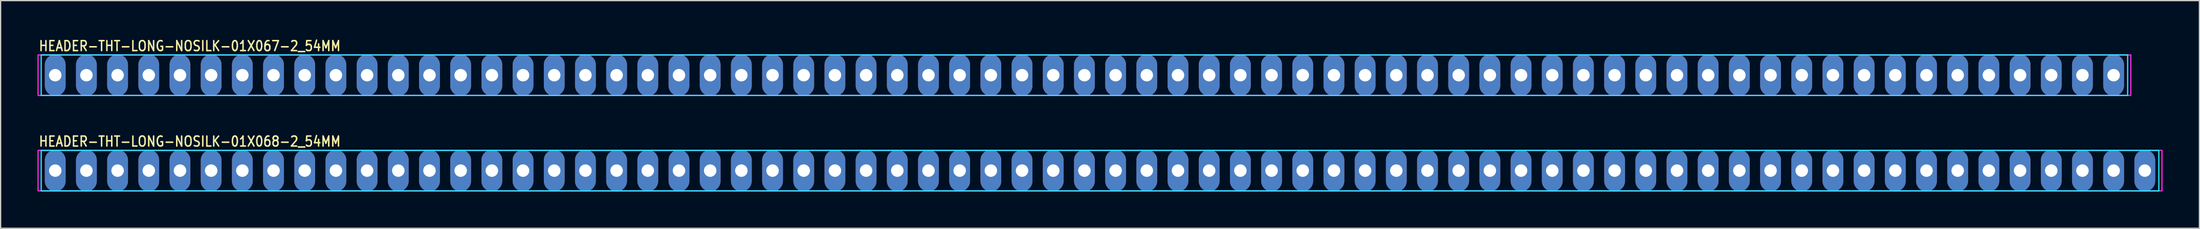
<source format=kicad_pcb>
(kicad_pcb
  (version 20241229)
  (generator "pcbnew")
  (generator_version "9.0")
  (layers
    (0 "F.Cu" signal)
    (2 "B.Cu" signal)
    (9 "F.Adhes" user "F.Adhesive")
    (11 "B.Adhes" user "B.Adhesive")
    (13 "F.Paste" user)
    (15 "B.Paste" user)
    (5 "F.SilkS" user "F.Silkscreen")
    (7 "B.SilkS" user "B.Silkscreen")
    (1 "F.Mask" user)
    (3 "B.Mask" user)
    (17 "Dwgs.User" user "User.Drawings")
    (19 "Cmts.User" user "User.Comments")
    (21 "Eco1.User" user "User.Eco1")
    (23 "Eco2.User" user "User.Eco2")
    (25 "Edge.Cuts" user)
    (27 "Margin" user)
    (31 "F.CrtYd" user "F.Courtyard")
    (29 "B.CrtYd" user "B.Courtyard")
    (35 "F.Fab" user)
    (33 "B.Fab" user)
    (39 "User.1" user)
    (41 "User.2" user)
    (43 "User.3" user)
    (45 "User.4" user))
  (footprint "HEADER-THT-LONG-NOSILK-01X068-2_54MM"
    (layer "F.Cu")
    (at 1.447 10.858)
    (property "Reference" "HEADER-THT-LONG-NOSILK-01X068-2_54MM" (at -1.4 -1.9 0) (unlocked yes) (layer "F.SilkS") (effects (font (size 0.813 0.695) (thickness 0.122)) (justify left bottom)))
    (fp_poly (pts (xy -1.143 -1.651) (xy 171.323 -1.651) (xy 171.323 1.651) (xy -1.143 1.651)) (stroke (width 0.1) (type solid)) (fill no) (layer "B.CrtYd"))
    (fp_poly (pts (xy -1.397 -1.651) (xy 171.577 -1.651) (xy 171.577 1.651) (xy -1.397 1.651)) (stroke (width 0.1) (type solid)) (fill no) (layer "F.CrtYd"))
    (pad "P$1" thru_hole oval (at 0 0 90) (size 3.387 1.693) (drill 1.016) (layers "*.Cu" "*.Mask"))
    (pad "P$2" thru_hole oval (at 2.54 0 90) (size 3.387 1.693) (drill 1.016) (layers "*.Cu" "*.Mask"))
    (pad "P$3" thru_hole oval (at 5.08 0 90) (size 3.387 1.693) (drill 1.016) (layers "*.Cu" "*.Mask"))
    (pad "P$4" thru_hole oval (at 7.62 0 90) (size 3.387 1.693) (drill 1.016) (layers "*.Cu" "*.Mask"))
    (pad "P$5" thru_hole oval (at 10.16 0 90) (size 3.387 1.693) (drill 1.016) (layers "*.Cu" "*.Mask"))
    (pad "P$6" thru_hole oval (at 12.7 0 90) (size 3.387 1.693) (drill 1.016) (layers "*.Cu" "*.Mask"))
    (pad "P$7" thru_hole oval (at 15.24 0 90) (size 3.387 1.693) (drill 1.016) (layers "*.Cu" "*.Mask"))
    (pad "P$8" thru_hole oval (at 17.78 0 90) (size 3.387 1.693) (drill 1.016) (layers "*.Cu" "*.Mask"))
    (pad "P$9" thru_hole oval (at 20.32 0 90) (size 3.387 1.693) (drill 1.016) (layers "*.Cu" "*.Mask"))
    (pad "P$10" thru_hole oval (at 22.86 0 90) (size 3.387 1.693) (drill 1.016) (layers "*.Cu" "*.Mask"))
    (pad "P$11" thru_hole oval (at 25.4 0 90) (size 3.387 1.693) (drill 1.016) (layers "*.Cu" "*.Mask"))
    (pad "P$12" thru_hole oval (at 27.94 0 90) (size 3.387 1.693) (drill 1.016) (layers "*.Cu" "*.Mask"))
    (pad "P$13" thru_hole oval (at 30.48 0 90) (size 3.387 1.693) (drill 1.016) (layers "*.Cu" "*.Mask"))
    (pad "P$14" thru_hole oval (at 33.02 0 90) (size 3.387 1.693) (drill 1.016) (layers "*.Cu" "*.Mask"))
    (pad "P$15" thru_hole oval (at 35.56 0 90) (size 3.387 1.693) (drill 1.016) (layers "*.Cu" "*.Mask"))
    (pad "P$16" thru_hole oval (at 38.1 0 90) (size 3.387 1.693) (drill 1.016) (layers "*.Cu" "*.Mask"))
    (pad "P$17" thru_hole oval (at 40.64 0 90) (size 3.387 1.693) (drill 1.016) (layers "*.Cu" "*.Mask"))
    (pad "P$18" thru_hole oval (at 43.18 0 90) (size 3.387 1.693) (drill 1.016) (layers "*.Cu" "*.Mask"))
    (pad "P$19" thru_hole oval (at 45.72 0 90) (size 3.387 1.693) (drill 1.016) (layers "*.Cu" "*.Mask"))
    (pad "P$20" thru_hole oval (at 48.26 0 90) (size 3.387 1.693) (drill 1.016) (layers "*.Cu" "*.Mask"))
    (pad "P$21" thru_hole oval (at 50.8 0 90) (size 3.387 1.693) (drill 1.016) (layers "*.Cu" "*.Mask"))
    (pad "P$22" thru_hole oval (at 53.34 0 90) (size 3.387 1.693) (drill 1.016) (layers "*.Cu" "*.Mask"))
    (pad "P$23" thru_hole oval (at 55.88 0 90) (size 3.387 1.693) (drill 1.016) (layers "*.Cu" "*.Mask"))
    (pad "P$24" thru_hole oval (at 58.42 0 90) (size 3.387 1.693) (drill 1.016) (layers "*.Cu" "*.Mask"))
    (pad "P$25" thru_hole oval (at 60.96 0 90) (size 3.387 1.693) (drill 1.016) (layers "*.Cu" "*.Mask"))
    (pad "P$26" thru_hole oval (at 63.5 0 90) (size 3.387 1.693) (drill 1.016) (layers "*.Cu" "*.Mask"))
    (pad "P$27" thru_hole oval (at 66.04 0 90) (size 3.387 1.693) (drill 1.016) (layers "*.Cu" "*.Mask"))
    (pad "P$28" thru_hole oval (at 68.58 0 90) (size 3.387 1.693) (drill 1.016) (layers "*.Cu" "*.Mask"))
    (pad "P$29" thru_hole oval (at 71.12 0 90) (size 3.387 1.693) (drill 1.016) (layers "*.Cu" "*.Mask"))
    (pad "P$30" thru_hole oval (at 73.66 0 90) (size 3.387 1.693) (drill 1.016) (layers "*.Cu" "*.Mask"))
    (pad "P$31" thru_hole oval (at 76.2 0 90) (size 3.387 1.693) (drill 1.016) (layers "*.Cu" "*.Mask"))
    (pad "P$32" thru_hole oval (at 78.74 0 90) (size 3.387 1.693) (drill 1.016) (layers "*.Cu" "*.Mask"))
    (pad "P$33" thru_hole oval (at 81.28 0 90) (size 3.387 1.693) (drill 1.016) (layers "*.Cu" "*.Mask"))
    (pad "P$34" thru_hole oval (at 83.82 0 90) (size 3.387 1.693) (drill 1.016) (layers "*.Cu" "*.Mask"))
    (pad "P$35" thru_hole oval (at 86.36 0 90) (size 3.387 1.693) (drill 1.016) (layers "*.Cu" "*.Mask"))
    (pad "P$36" thru_hole oval (at 88.9 0 90) (size 3.387 1.693) (drill 1.016) (layers "*.Cu" "*.Mask"))
    (pad "P$37" thru_hole oval (at 91.44 0 90) (size 3.387 1.693) (drill 1.016) (layers "*.Cu" "*.Mask"))
    (pad "P$38" thru_hole oval (at 93.98 0 90) (size 3.387 1.693) (drill 1.016) (layers "*.Cu" "*.Mask"))
    (pad "P$39" thru_hole oval (at 96.52 0 90) (size 3.387 1.693) (drill 1.016) (layers "*.Cu" "*.Mask"))
    (pad "P$40" thru_hole oval (at 99.06 0 90) (size 3.387 1.693) (drill 1.016) (layers "*.Cu" "*.Mask"))
    (pad "P$41" thru_hole oval (at 101.6 0 90) (size 3.387 1.693) (drill 1.016) (layers "*.Cu" "*.Mask"))
    (pad "P$42" thru_hole oval (at 104.14 0 90) (size 3.387 1.693) (drill 1.016) (layers "*.Cu" "*.Mask"))
    (pad "P$43" thru_hole oval (at 106.68 0 90) (size 3.387 1.693) (drill 1.016) (layers "*.Cu" "*.Mask"))
    (pad "P$44" thru_hole oval (at 109.22 0 90) (size 3.387 1.693) (drill 1.016) (layers "*.Cu" "*.Mask"))
    (pad "P$45" thru_hole oval (at 111.76 0 90) (size 3.387 1.693) (drill 1.016) (layers "*.Cu" "*.Mask"))
    (pad "P$46" thru_hole oval (at 114.3 0 90) (size 3.387 1.693) (drill 1.016) (layers "*.Cu" "*.Mask"))
    (pad "P$47" thru_hole oval (at 116.84 0 90) (size 3.387 1.693) (drill 1.016) (layers "*.Cu" "*.Mask"))
    (pad "P$48" thru_hole oval (at 119.38 0 90) (size 3.387 1.693) (drill 1.016) (layers "*.Cu" "*.Mask"))
    (pad "P$49" thru_hole oval (at 121.92 0 90) (size 3.387 1.693) (drill 1.016) (layers "*.Cu" "*.Mask"))
    (pad "P$50" thru_hole oval (at 124.46 0 90) (size 3.387 1.693) (drill 1.016) (layers "*.Cu" "*.Mask"))
    (pad "P$51" thru_hole oval (at 127 0 90) (size 3.387 1.693) (drill 1.016) (layers "*.Cu" "*.Mask"))
    (pad "P$52" thru_hole oval (at 129.54 0 90) (size 3.387 1.693) (drill 1.016) (layers "*.Cu" "*.Mask"))
    (pad "P$53" thru_hole oval (at 132.08 0 90) (size 3.387 1.693) (drill 1.016) (layers "*.Cu" "*.Mask"))
    (pad "P$54" thru_hole oval (at 134.62 0 90) (size 3.387 1.693) (drill 1.016) (layers "*.Cu" "*.Mask"))
    (pad "P$55" thru_hole oval (at 137.16 0 90) (size 3.387 1.693) (drill 1.016) (layers "*.Cu" "*.Mask"))
    (pad "P$56" thru_hole oval (at 139.7 0 90) (size 3.387 1.693) (drill 1.016) (layers "*.Cu" "*.Mask"))
    (pad "P$57" thru_hole oval (at 142.24 0 90) (size 3.387 1.693) (drill 1.016) (layers "*.Cu" "*.Mask"))
    (pad "P$58" thru_hole oval (at 144.78 0 90) (size 3.387 1.693) (drill 1.016) (layers "*.Cu" "*.Mask"))
    (pad "P$59" thru_hole oval (at 147.32 0 90) (size 3.387 1.693) (drill 1.016) (layers "*.Cu" "*.Mask"))
    (pad "P$60" thru_hole oval (at 149.86 0 90) (size 3.387 1.693) (drill 1.016) (layers "*.Cu" "*.Mask"))
    (pad "P$61" thru_hole oval (at 152.4 0 90) (size 3.387 1.693) (drill 1.016) (layers "*.Cu" "*.Mask"))
    (pad "P$62" thru_hole oval (at 154.94 0 90) (size 3.387 1.693) (drill 1.016) (layers "*.Cu" "*.Mask"))
    (pad "P$63" thru_hole oval (at 157.48 0 90) (size 3.387 1.693) (drill 1.016) (layers "*.Cu" "*.Mask"))
    (pad "P$64" thru_hole oval (at 160.02 0 90) (size 3.387 1.693) (drill 1.016) (layers "*.Cu" "*.Mask"))
    (pad "P$65" thru_hole oval (at 162.56 0 90) (size 3.387 1.693) (drill 1.016) (layers "*.Cu" "*.Mask"))
    (pad "P$66" thru_hole oval (at 165.1 0 90) (size 3.387 1.693) (drill 1.016) (layers "*.Cu" "*.Mask"))
    (pad "P$67" thru_hole oval (at 167.64 0 90) (size 3.387 1.693) (drill 1.016) (layers "*.Cu" "*.Mask"))
    (pad "P$68" thru_hole oval (at 170.18 0 90) (size 3.387 1.693) (drill 1.016) (layers "*.Cu" "*.Mask")))
  (footprint "HEADER-THT-LONG-NOSILK-01X067-2_54MM"
    (layer "F.Cu")
    (at 1.447 3.079)
    (property "Reference" "HEADER-THT-LONG-NOSILK-01X067-2_54MM" (at -1.4 -1.9 0) (unlocked yes) (layer "F.SilkS") (effects (font (size 0.813 0.695) (thickness 0.122)) (justify left bottom)))
    (fp_poly (pts (xy -1.143 -1.651) (xy 168.783 -1.651) (xy 168.783 1.651) (xy -1.143 1.651)) (stroke (width 0.1) (type solid)) (fill no) (layer "B.CrtYd"))
    (fp_poly (pts (xy -1.397 -1.651) (xy 169.037 -1.651) (xy 169.037 1.651) (xy -1.397 1.651)) (stroke (width 0.1) (type solid)) (fill no) (layer "F.CrtYd"))
    (pad "P$1" thru_hole oval (at 0 0 90) (size 3.387 1.693) (drill 1.016) (layers "*.Cu" "*.Mask"))
    (pad "P$2" thru_hole oval (at 2.54 0 90) (size 3.387 1.693) (drill 1.016) (layers "*.Cu" "*.Mask"))
    (pad "P$3" thru_hole oval (at 5.08 0 90) (size 3.387 1.693) (drill 1.016) (layers "*.Cu" "*.Mask"))
    (pad "P$4" thru_hole oval (at 7.62 0 90) (size 3.387 1.693) (drill 1.016) (layers "*.Cu" "*.Mask"))
    (pad "P$5" thru_hole oval (at 10.16 0 90) (size 3.387 1.693) (drill 1.016) (layers "*.Cu" "*.Mask"))
    (pad "P$6" thru_hole oval (at 12.7 0 90) (size 3.387 1.693) (drill 1.016) (layers "*.Cu" "*.Mask"))
    (pad "P$7" thru_hole oval (at 15.24 0 90) (size 3.387 1.693) (drill 1.016) (layers "*.Cu" "*.Mask"))
    (pad "P$8" thru_hole oval (at 17.78 0 90) (size 3.387 1.693) (drill 1.016) (layers "*.Cu" "*.Mask"))
    (pad "P$9" thru_hole oval (at 20.32 0 90) (size 3.387 1.693) (drill 1.016) (layers "*.Cu" "*.Mask"))
    (pad "P$10" thru_hole oval (at 22.86 0 90) (size 3.387 1.693) (drill 1.016) (layers "*.Cu" "*.Mask"))
    (pad "P$11" thru_hole oval (at 25.4 0 90) (size 3.387 1.693) (drill 1.016) (layers "*.Cu" "*.Mask"))
    (pad "P$12" thru_hole oval (at 27.94 0 90) (size 3.387 1.693) (drill 1.016) (layers "*.Cu" "*.Mask"))
    (pad "P$13" thru_hole oval (at 30.48 0 90) (size 3.387 1.693) (drill 1.016) (layers "*.Cu" "*.Mask"))
    (pad "P$14" thru_hole oval (at 33.02 0 90) (size 3.387 1.693) (drill 1.016) (layers "*.Cu" "*.Mask"))
    (pad "P$15" thru_hole oval (at 35.56 0 90) (size 3.387 1.693) (drill 1.016) (layers "*.Cu" "*.Mask"))
    (pad "P$16" thru_hole oval (at 38.1 0 90) (size 3.387 1.693) (drill 1.016) (layers "*.Cu" "*.Mask"))
    (pad "P$17" thru_hole oval (at 40.64 0 90) (size 3.387 1.693) (drill 1.016) (layers "*.Cu" "*.Mask"))
    (pad "P$18" thru_hole oval (at 43.18 0 90) (size 3.387 1.693) (drill 1.016) (layers "*.Cu" "*.Mask"))
    (pad "P$19" thru_hole oval (at 45.72 0 90) (size 3.387 1.693) (drill 1.016) (layers "*.Cu" "*.Mask"))
    (pad "P$20" thru_hole oval (at 48.26 0 90) (size 3.387 1.693) (drill 1.016) (layers "*.Cu" "*.Mask"))
    (pad "P$21" thru_hole oval (at 50.8 0 90) (size 3.387 1.693) (drill 1.016) (layers "*.Cu" "*.Mask"))
    (pad "P$22" thru_hole oval (at 53.34 0 90) (size 3.387 1.693) (drill 1.016) (layers "*.Cu" "*.Mask"))
    (pad "P$23" thru_hole oval (at 55.88 0 90) (size 3.387 1.693) (drill 1.016) (layers "*.Cu" "*.Mask"))
    (pad "P$24" thru_hole oval (at 58.42 0 90) (size 3.387 1.693) (drill 1.016) (layers "*.Cu" "*.Mask"))
    (pad "P$25" thru_hole oval (at 60.96 0 90) (size 3.387 1.693) (drill 1.016) (layers "*.Cu" "*.Mask"))
    (pad "P$26" thru_hole oval (at 63.5 0 90) (size 3.387 1.693) (drill 1.016) (layers "*.Cu" "*.Mask"))
    (pad "P$27" thru_hole oval (at 66.04 0 90) (size 3.387 1.693) (drill 1.016) (layers "*.Cu" "*.Mask"))
    (pad "P$28" thru_hole oval (at 68.58 0 90) (size 3.387 1.693) (drill 1.016) (layers "*.Cu" "*.Mask"))
    (pad "P$29" thru_hole oval (at 71.12 0 90) (size 3.387 1.693) (drill 1.016) (layers "*.Cu" "*.Mask"))
    (pad "P$30" thru_hole oval (at 73.66 0 90) (size 3.387 1.693) (drill 1.016) (layers "*.Cu" "*.Mask"))
    (pad "P$31" thru_hole oval (at 76.2 0 90) (size 3.387 1.693) (drill 1.016) (layers "*.Cu" "*.Mask"))
    (pad "P$32" thru_hole oval (at 78.74 0 90) (size 3.387 1.693) (drill 1.016) (layers "*.Cu" "*.Mask"))
    (pad "P$33" thru_hole oval (at 81.28 0 90) (size 3.387 1.693) (drill 1.016) (layers "*.Cu" "*.Mask"))
    (pad "P$34" thru_hole oval (at 83.82 0 90) (size 3.387 1.693) (drill 1.016) (layers "*.Cu" "*.Mask"))
    (pad "P$35" thru_hole oval (at 86.36 0 90) (size 3.387 1.693) (drill 1.016) (layers "*.Cu" "*.Mask"))
    (pad "P$36" thru_hole oval (at 88.9 0 90) (size 3.387 1.693) (drill 1.016) (layers "*.Cu" "*.Mask"))
    (pad "P$37" thru_hole oval (at 91.44 0 90) (size 3.387 1.693) (drill 1.016) (layers "*.Cu" "*.Mask"))
    (pad "P$38" thru_hole oval (at 93.98 0 90) (size 3.387 1.693) (drill 1.016) (layers "*.Cu" "*.Mask"))
    (pad "P$39" thru_hole oval (at 96.52 0 90) (size 3.387 1.693) (drill 1.016) (layers "*.Cu" "*.Mask"))
    (pad "P$40" thru_hole oval (at 99.06 0 90) (size 3.387 1.693) (drill 1.016) (layers "*.Cu" "*.Mask"))
    (pad "P$41" thru_hole oval (at 101.6 0 90) (size 3.387 1.693) (drill 1.016) (layers "*.Cu" "*.Mask"))
    (pad "P$42" thru_hole oval (at 104.14 0 90) (size 3.387 1.693) (drill 1.016) (layers "*.Cu" "*.Mask"))
    (pad "P$43" thru_hole oval (at 106.68 0 90) (size 3.387 1.693) (drill 1.016) (layers "*.Cu" "*.Mask"))
    (pad "P$44" thru_hole oval (at 109.22 0 90) (size 3.387 1.693) (drill 1.016) (layers "*.Cu" "*.Mask"))
    (pad "P$45" thru_hole oval (at 111.76 0 90) (size 3.387 1.693) (drill 1.016) (layers "*.Cu" "*.Mask"))
    (pad "P$46" thru_hole oval (at 114.3 0 90) (size 3.387 1.693) (drill 1.016) (layers "*.Cu" "*.Mask"))
    (pad "P$47" thru_hole oval (at 116.84 0 90) (size 3.387 1.693) (drill 1.016) (layers "*.Cu" "*.Mask"))
    (pad "P$48" thru_hole oval (at 119.38 0 90) (size 3.387 1.693) (drill 1.016) (layers "*.Cu" "*.Mask"))
    (pad "P$49" thru_hole oval (at 121.92 0 90) (size 3.387 1.693) (drill 1.016) (layers "*.Cu" "*.Mask"))
    (pad "P$50" thru_hole oval (at 124.46 0 90) (size 3.387 1.693) (drill 1.016) (layers "*.Cu" "*.Mask"))
    (pad "P$51" thru_hole oval (at 127 0 90) (size 3.387 1.693) (drill 1.016) (layers "*.Cu" "*.Mask"))
    (pad "P$52" thru_hole oval (at 129.54 0 90) (size 3.387 1.693) (drill 1.016) (layers "*.Cu" "*.Mask"))
    (pad "P$53" thru_hole oval (at 132.08 0 90) (size 3.387 1.693) (drill 1.016) (layers "*.Cu" "*.Mask"))
    (pad "P$54" thru_hole oval (at 134.62 0 90) (size 3.387 1.693) (drill 1.016) (layers "*.Cu" "*.Mask"))
    (pad "P$55" thru_hole oval (at 137.16 0 90) (size 3.387 1.693) (drill 1.016) (layers "*.Cu" "*.Mask"))
    (pad "P$56" thru_hole oval (at 139.7 0 90) (size 3.387 1.693) (drill 1.016) (layers "*.Cu" "*.Mask"))
    (pad "P$57" thru_hole oval (at 142.24 0 90) (size 3.387 1.693) (drill 1.016) (layers "*.Cu" "*.Mask"))
    (pad "P$58" thru_hole oval (at 144.78 0 90) (size 3.387 1.693) (drill 1.016) (layers "*.Cu" "*.Mask"))
    (pad "P$59" thru_hole oval (at 147.32 0 90) (size 3.387 1.693) (drill 1.016) (layers "*.Cu" "*.Mask"))
    (pad "P$60" thru_hole oval (at 149.86 0 90) (size 3.387 1.693) (drill 1.016) (layers "*.Cu" "*.Mask"))
    (pad "P$61" thru_hole oval (at 152.4 0 90) (size 3.387 1.693) (drill 1.016) (layers "*.Cu" "*.Mask"))
    (pad "P$62" thru_hole oval (at 154.94 0 90) (size 3.387 1.693) (drill 1.016) (layers "*.Cu" "*.Mask"))
    (pad "P$63" thru_hole oval (at 157.48 0 90) (size 3.387 1.693) (drill 1.016) (layers "*.Cu" "*.Mask"))
    (pad "P$64" thru_hole oval (at 160.02 0 90) (size 3.387 1.693) (drill 1.016) (layers "*.Cu" "*.Mask"))
    (pad "P$65" thru_hole oval (at 162.56 0 90) (size 3.387 1.693) (drill 1.016) (layers "*.Cu" "*.Mask"))
    (pad "P$66" thru_hole oval (at 165.1 0 90) (size 3.387 1.693) (drill 1.016) (layers "*.Cu" "*.Mask"))
    (pad "P$67" thru_hole oval (at 167.64 0 90) (size 3.387 1.693) (drill 1.016) (layers "*.Cu" "*.Mask")))
  (gr_rect
    (start -3 -3)
    (end 176.074 15.559)
    (stroke (width 0.1) (type default))
    (fill no)
    (layer "Edge.Cuts")))
</source>
